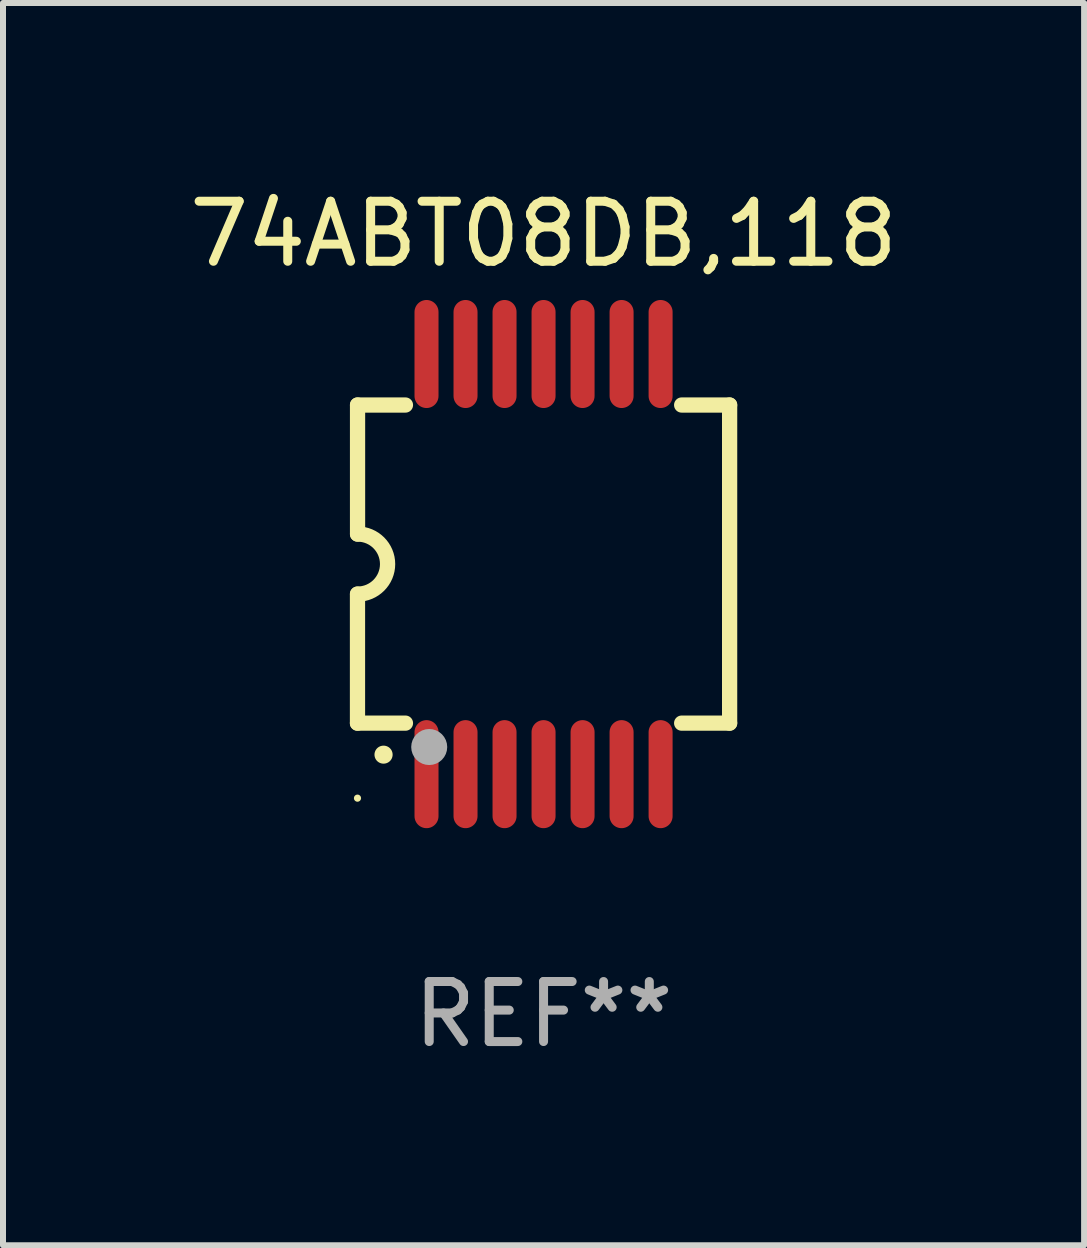
<source format=kicad_pcb>
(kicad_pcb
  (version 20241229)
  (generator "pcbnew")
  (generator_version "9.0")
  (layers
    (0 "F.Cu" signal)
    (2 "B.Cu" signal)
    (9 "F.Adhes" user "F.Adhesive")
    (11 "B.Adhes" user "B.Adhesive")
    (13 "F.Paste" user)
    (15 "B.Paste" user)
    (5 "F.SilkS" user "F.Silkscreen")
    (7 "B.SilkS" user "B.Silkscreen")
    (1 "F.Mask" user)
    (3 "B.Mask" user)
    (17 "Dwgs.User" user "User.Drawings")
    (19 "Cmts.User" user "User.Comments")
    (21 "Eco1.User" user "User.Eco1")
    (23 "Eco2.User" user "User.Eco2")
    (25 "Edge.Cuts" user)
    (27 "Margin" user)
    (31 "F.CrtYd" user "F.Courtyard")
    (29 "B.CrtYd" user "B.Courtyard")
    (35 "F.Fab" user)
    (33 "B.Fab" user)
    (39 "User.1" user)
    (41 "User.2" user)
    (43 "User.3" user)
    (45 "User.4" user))
  (footprint "74ABT08DB,118"
    (layer "F.Cu")
    (at 6.006 6.348)
    (property "Reference" "74ABT08DB,118" (at 0 -5.5 0) (layer "F.SilkS") (effects (font (size 1 1) (thickness 0.15))))
    (attr through_hole)
    (fp_line (start -3.1 2.65) (end -3.1 0.5) (stroke (width 0.254) (type solid)) (layer "F.SilkS"))
    (fp_line (start -3.099 -2.65) (end -2.301 -2.65) (stroke (width 0.254) (type solid)) (layer "F.SilkS"))
    (fp_line (start -3.099 -0.5) (end -3.099 -2.65) (stroke (width 0.254) (type solid)) (layer "F.SilkS"))
    (fp_line (start -2.301 2.65) (end -3.1 2.65) (stroke (width 0.254) (type solid)) (layer "F.SilkS"))
    (fp_line (start 2.301 -2.65) (end 3.1 -2.65) (stroke (width 0.254) (type solid)) (layer "F.SilkS"))
    (fp_line (start 3.1 -2.65) (end 3.1 2.65) (stroke (width 0.254) (type solid)) (layer "F.SilkS"))
    (fp_line (start 3.1 2.65) (end 2.301 2.65) (stroke (width 0.254) (type solid)) (layer "F.SilkS"))
    (fp_arc (start -3.098806 -0.500381) (mid -2.598806 0) (end -3.098806 0.500381) (stroke (width 0.254001) (type solid)) (layer "F.SilkS"))
    (fp_arc (start -2.667005 3.175006) (mid -2.665735 3.175001) (end -2.664465 3.175006) (stroke (width 0.3) (type solid)) (layer "F.SilkS"))
    (fp_circle (center -3.1 3.9) (end -3.07 3.9) (stroke (width 0.06) (type solid)) (fill no) (layer "F.SilkS"))
    (fp_circle (center -1.905 3.048) (end -1.755 3.048) (stroke (width 0.3) (type solid)) (fill no) (layer "F.Fab"))
    (fp_text user "REF**" (at 0 7.5 0) (layer "F.Fab") (effects (font (size 1 1) (thickness 0.15))))
    (pad "1" smd oval (at -1.95 3.5 270) (size 1.8 0.4) (layers "F.Cu" "F.Mask" "F.Paste"))
    (pad "2" smd oval (at -1.3 3.5 270) (size 1.8 0.4) (layers "F.Cu" "F.Mask" "F.Paste"))
    (pad "3" smd oval (at -0.65 3.5 270) (size 1.8 0.4) (layers "F.Cu" "F.Mask" "F.Paste"))
    (pad "4" smd oval (at 0 3.5 270) (size 1.8 0.4) (layers "F.Cu" "F.Mask" "F.Paste"))
    (pad "5" smd oval (at 0.65 3.5 270) (size 1.8 0.4) (layers "F.Cu" "F.Mask" "F.Paste"))
    (pad "6" smd oval (at 1.3 3.5 270) (size 1.8 0.4) (layers "F.Cu" "F.Mask" "F.Paste"))
    (pad "7" smd oval (at 1.95 3.5 270) (size 1.8 0.4) (layers "F.Cu" "F.Mask" "F.Paste"))
    (pad "8" smd oval (at 1.95 -3.5 90) (size 1.8 0.4) (layers "F.Cu" "F.Mask" "F.Paste"))
    (pad "9" smd oval (at 1.3 -3.5 90) (size 1.8 0.4) (layers "F.Cu" "F.Mask" "F.Paste"))
    (pad "10" smd oval (at 0.65 -3.5 90) (size 1.8 0.4) (layers "F.Cu" "F.Mask" "F.Paste"))
    (pad "11" smd oval (at 0 -3.5 90) (size 1.8 0.4) (layers "F.Cu" "F.Mask" "F.Paste"))
    (pad "12" smd oval (at -0.65 -3.5 90) (size 1.8 0.4) (layers "F.Cu" "F.Mask" "F.Paste"))
    (pad "13" smd oval (at -1.3 -3.5 90) (size 1.8 0.4) (layers "F.Cu" "F.Mask" "F.Paste"))
    (pad "14" smd oval (at -1.95 -3.5 90) (size 1.8 0.4) (layers "F.Cu" "F.Mask" "F.Paste")))
  (gr_rect
    (start -3 -3)
    (end 15.012 17.697)
    (stroke (width 0.1) (type default))
    (fill no)
    (layer "Edge.Cuts")))
</source>
